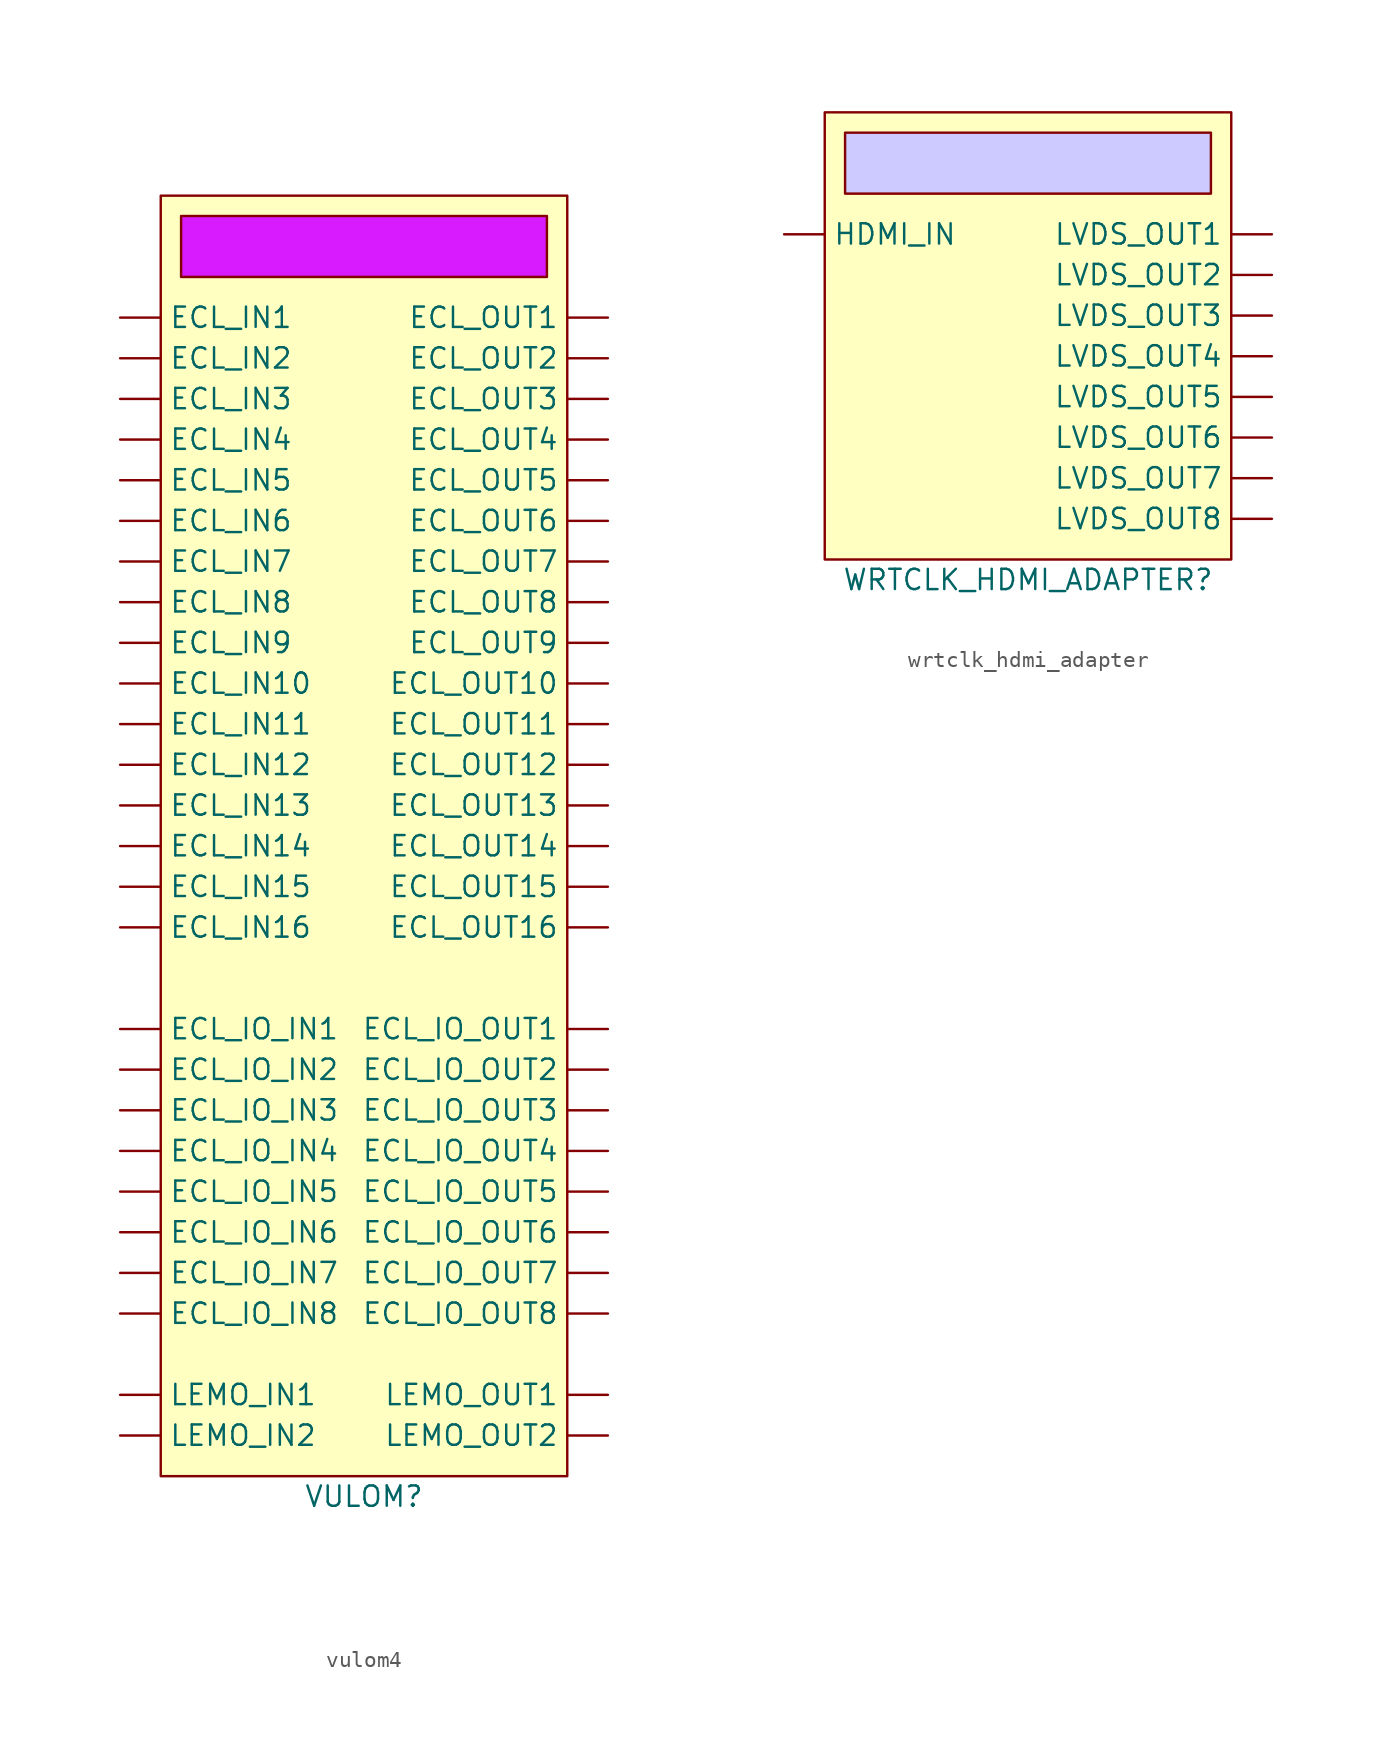
<source format=kicad_sym>
(kicad_symbol_lib
  (version 20220914)
  (generator kicad_symbol_editor)
  (symbol "vulom4"
    (property "Reference" "VULOM"
      (at 0 0 0)
      (effects (font (size 1.27 1.27))))
    (property "Value" ""
      (at 0 0 0)
      (effects (font (size 1.27 1.27))))
    (symbol "vulom4_1_1"
      (rectangle (start -12.7 81.28) (end 12.7 1.27) (stroke (width 0) (type default)) (fill (type background)))
      (rectangle (start -11.43 80.01) (end 11.43 76.2) (stroke (width 0) (type default)) (fill (type color) (color 216 26 255 1)))
      (pin input line (at -15.24 73.66 0) (length 2.54) (name "ECL_IN1" (effects (font (size 1.27 1.27)))) (number "" (effects (font (size 1.27 1.27)))))
      (pin input line (at -15.24 50.8 0) (length 2.54) (name "ECL_IN10" (effects (font (size 1.27 1.27)))) (number "" (effects (font (size 1.27 1.27)))))
      (pin input line (at -15.24 48.26 0) (length 2.54) (name "ECL_IN11" (effects (font (size 1.27 1.27)))) (number "" (effects (font (size 1.27 1.27)))))
      (pin input line (at -15.24 45.72 0) (length 2.54) (name "ECL_IN12" (effects (font (size 1.27 1.27)))) (number "" (effects (font (size 1.27 1.27)))))
      (pin input line (at -15.24 43.18 0) (length 2.54) (name "ECL_IN13" (effects (font (size 1.27 1.27)))) (number "" (effects (font (size 1.27 1.27)))))
      (pin input line (at -15.24 40.64 0) (length 2.54) (name "ECL_IN14" (effects (font (size 1.27 1.27)))) (number "" (effects (font (size 1.27 1.27)))))
      (pin input line (at -15.24 38.1 0) (length 2.54) (name "ECL_IN15" (effects (font (size 1.27 1.27)))) (number "" (effects (font (size 1.27 1.27)))))
      (pin input line (at -15.24 35.56 0) (length 2.54) (name "ECL_IN16" (effects (font (size 1.27 1.27)))) (number "" (effects (font (size 1.27 1.27)))))
      (pin input line (at -15.24 71.12 0) (length 2.54) (name "ECL_IN2" (effects (font (size 1.27 1.27)))) (number "" (effects (font (size 1.27 1.27)))))
      (pin input line (at -15.24 68.58 0) (length 2.54) (name "ECL_IN3" (effects (font (size 1.27 1.27)))) (number "" (effects (font (size 1.27 1.27)))))
      (pin input line (at -15.24 66.04 0) (length 2.54) (name "ECL_IN4" (effects (font (size 1.27 1.27)))) (number "" (effects (font (size 1.27 1.27)))))
      (pin input line (at -15.24 63.5 0) (length 2.54) (name "ECL_IN5" (effects (font (size 1.27 1.27)))) (number "" (effects (font (size 1.27 1.27)))))
      (pin input line (at -15.24 60.96 0) (length 2.54) (name "ECL_IN6" (effects (font (size 1.27 1.27)))) (number "" (effects (font (size 1.27 1.27)))))
      (pin input line (at -15.24 58.42 0) (length 2.54) (name "ECL_IN7" (effects (font (size 1.27 1.27)))) (number "" (effects (font (size 1.27 1.27)))))
      (pin input line (at -15.24 55.88 0) (length 2.54) (name "ECL_IN8" (effects (font (size 1.27 1.27)))) (number "" (effects (font (size 1.27 1.27)))))
      (pin input line (at -15.24 53.34 0) (length 2.54) (name "ECL_IN9" (effects (font (size 1.27 1.27)))) (number "" (effects (font (size 1.27 1.27)))))
      (pin input line (at -15.24 29.21 0) (length 2.54) (name "ECL_IO_IN1" (effects (font (size 1.27 1.27)))) (number "" (effects (font (size 1.27 1.27)))))
      (pin input line (at -15.24 26.67 0) (length 2.54) (name "ECL_IO_IN2" (effects (font (size 1.27 1.27)))) (number "" (effects (font (size 1.27 1.27)))))
      (pin input line (at -15.24 24.13 0) (length 2.54) (name "ECL_IO_IN3" (effects (font (size 1.27 1.27)))) (number "" (effects (font (size 1.27 1.27)))))
      (pin input line (at -15.24 21.59 0) (length 2.54) (name "ECL_IO_IN4" (effects (font (size 1.27 1.27)))) (number "" (effects (font (size 1.27 1.27)))))
      (pin input line (at -15.24 19.05 0) (length 2.54) (name "ECL_IO_IN5" (effects (font (size 1.27 1.27)))) (number "" (effects (font (size 1.27 1.27)))))
      (pin input line (at -15.24 16.51 0) (length 2.54) (name "ECL_IO_IN6" (effects (font (size 1.27 1.27)))) (number "" (effects (font (size 1.27 1.27)))))
      (pin input line (at -15.24 13.97 0) (length 2.54) (name "ECL_IO_IN7" (effects (font (size 1.27 1.27)))) (number "" (effects (font (size 1.27 1.27)))))
      (pin input line (at -15.24 11.43 0) (length 2.54) (name "ECL_IO_IN8" (effects (font (size 1.27 1.27)))) (number "" (effects (font (size 1.27 1.27)))))
      (pin input line (at 15.24 29.21 180) (length 2.54) (name "ECL_IO_OUT1" (effects (font (size 1.27 1.27)))) (number "" (effects (font (size 1.27 1.27)))))
      (pin input line (at 15.24 26.67 180) (length 2.54) (name "ECL_IO_OUT2" (effects (font (size 1.27 1.27)))) (number "" (effects (font (size 1.27 1.27)))))
      (pin input line (at 15.24 24.13 180) (length 2.54) (name "ECL_IO_OUT3" (effects (font (size 1.27 1.27)))) (number "" (effects (font (size 1.27 1.27)))))
      (pin input line (at 15.24 21.59 180) (length 2.54) (name "ECL_IO_OUT4" (effects (font (size 1.27 1.27)))) (number "" (effects (font (size 1.27 1.27)))))
      (pin input line (at 15.24 19.05 180) (length 2.54) (name "ECL_IO_OUT5" (effects (font (size 1.27 1.27)))) (number "" (effects (font (size 1.27 1.27)))))
      (pin input line (at 15.24 16.51 180) (length 2.54) (name "ECL_IO_OUT6" (effects (font (size 1.27 1.27)))) (number "" (effects (font (size 1.27 1.27)))))
      (pin input line (at 15.24 13.97 180) (length 2.54) (name "ECL_IO_OUT7" (effects (font (size 1.27 1.27)))) (number "" (effects (font (size 1.27 1.27)))))
      (pin input line (at 15.24 11.43 180) (length 2.54) (name "ECL_IO_OUT8" (effects (font (size 1.27 1.27)))) (number "" (effects (font (size 1.27 1.27)))))
      (pin input line (at 15.24 73.66 180) (length 2.54) (name "ECL_OUT1" (effects (font (size 1.27 1.27)))) (number "" (effects (font (size 1.27 1.27)))))
      (pin input line (at 15.24 50.8 180) (length 2.54) (name "ECL_OUT10" (effects (font (size 1.27 1.27)))) (number "" (effects (font (size 1.27 1.27)))))
      (pin input line (at 15.24 48.26 180) (length 2.54) (name "ECL_OUT11" (effects (font (size 1.27 1.27)))) (number "" (effects (font (size 1.27 1.27)))))
      (pin input line (at 15.24 45.72 180) (length 2.54) (name "ECL_OUT12" (effects (font (size 1.27 1.27)))) (number "" (effects (font (size 1.27 1.27)))))
      (pin input line (at 15.24 43.18 180) (length 2.54) (name "ECL_OUT13" (effects (font (size 1.27 1.27)))) (number "" (effects (font (size 1.27 1.27)))))
      (pin input line (at 15.24 40.64 180) (length 2.54) (name "ECL_OUT14" (effects (font (size 1.27 1.27)))) (number "" (effects (font (size 1.27 1.27)))))
      (pin input line (at 15.24 38.1 180) (length 2.54) (name "ECL_OUT15" (effects (font (size 1.27 1.27)))) (number "" (effects (font (size 1.27 1.27)))))
      (pin input line (at 15.24 35.56 180) (length 2.54) (name "ECL_OUT16" (effects (font (size 1.27 1.27)))) (number "" (effects (font (size 1.27 1.27)))))
      (pin input line (at 15.24 71.12 180) (length 2.54) (name "ECL_OUT2" (effects (font (size 1.27 1.27)))) (number "" (effects (font (size 1.27 1.27)))))
      (pin input line (at 15.24 68.58 180) (length 2.54) (name "ECL_OUT3" (effects (font (size 1.27 1.27)))) (number "" (effects (font (size 1.27 1.27)))))
      (pin input line (at 15.24 66.04 180) (length 2.54) (name "ECL_OUT4" (effects (font (size 1.27 1.27)))) (number "" (effects (font (size 1.27 1.27)))))
      (pin input line (at 15.24 63.5 180) (length 2.54) (name "ECL_OUT5" (effects (font (size 1.27 1.27)))) (number "" (effects (font (size 1.27 1.27)))))
      (pin input line (at 15.24 60.96 180) (length 2.54) (name "ECL_OUT6" (effects (font (size 1.27 1.27)))) (number "" (effects (font (size 1.27 1.27)))))
      (pin input line (at 15.24 58.42 180) (length 2.54) (name "ECL_OUT7" (effects (font (size 1.27 1.27)))) (number "" (effects (font (size 1.27 1.27)))))
      (pin input line (at 15.24 55.88 180) (length 2.54) (name "ECL_OUT8" (effects (font (size 1.27 1.27)))) (number "" (effects (font (size 1.27 1.27)))))
      (pin input line (at 15.24 53.34 180) (length 2.54) (name "ECL_OUT9" (effects (font (size 1.27 1.27)))) (number "" (effects (font (size 1.27 1.27)))))
      (pin input line (at -15.24 6.35 0) (length 2.54) (name "LEMO_IN1" (effects (font (size 1.27 1.27)))) (number "" (effects (font (size 1.27 1.27)))))
      (pin input line (at -15.24 3.81 0) (length 2.54) (name "LEMO_IN2" (effects (font (size 1.27 1.27)))) (number "" (effects (font (size 1.27 1.27)))))
      (pin input line (at 15.24 6.35 180) (length 2.54) (name "LEMO_OUT1" (effects (font (size 1.27 1.27)))) (number "" (effects (font (size 1.27 1.27)))))
      (pin input line (at 15.24 3.81 180) (length 2.54) (name "LEMO_OUT2" (effects (font (size 1.27 1.27)))) (number "" (effects (font (size 1.27 1.27)))))))
  (symbol "wrtclk_hdmi_adapter"
    (property "Reference" "WRTCLK_HDMI_ADAPTER"
      (at 0 0 0)
      (effects (font (size 1.27 1.27))))
    (property "Value" ""
      (at 0 0 0)
      (effects (font (size 1.27 1.27))))
    (symbol "wrtclk_hdmi_adapter_1_1"
      (rectangle (start -12.7 29.21) (end 12.7 1.27) (stroke (width 0) (type default)) (fill (type background)))
      (rectangle (start -11.43 27.94) (end 11.43 24.13) (stroke (width 0) (type default)) (fill (type color) (color 205 202 255 1)))
      (pin input line (at -15.24 21.59 0) (length 2.54) (name "HDMI_IN" (effects (font (size 1.27 1.27)))) (number "" (effects (font (size 1.27 1.27)))))
      (pin output line (at 15.24 21.59 180) (length 2.54) (name "LVDS_OUT1" (effects (font (size 1.27 1.27)))) (number "" (effects (font (size 1.27 1.27)))))
      (pin output line (at 15.24 19.05 180) (length 2.54) (name "LVDS_OUT2" (effects (font (size 1.27 1.27)))) (number "" (effects (font (size 1.27 1.27)))))
      (pin output line (at 15.24 16.51 180) (length 2.54) (name "LVDS_OUT3" (effects (font (size 1.27 1.27)))) (number "" (effects (font (size 1.27 1.27)))))
      (pin output line (at 15.24 13.97 180) (length 2.54) (name "LVDS_OUT4" (effects (font (size 1.27 1.27)))) (number "" (effects (font (size 1.27 1.27)))))
      (pin output line (at 15.24 11.43 180) (length 2.54) (name "LVDS_OUT5" (effects (font (size 1.27 1.27)))) (number "" (effects (font (size 1.27 1.27)))))
      (pin output line (at 15.24 8.89 180) (length 2.54) (name "LVDS_OUT6" (effects (font (size 1.27 1.27)))) (number "" (effects (font (size 1.27 1.27)))))
      (pin output line (at 15.24 6.35 180) (length 2.54) (name "LVDS_OUT7" (effects (font (size 1.27 1.27)))) (number "" (effects (font (size 1.27 1.27)))))
      (pin output line (at 15.24 3.81 180) (length 2.54) (name "LVDS_OUT8" (effects (font (size 1.27 1.27)))) (number "" (effects (font (size 1.27 1.27))))))))
</source>
